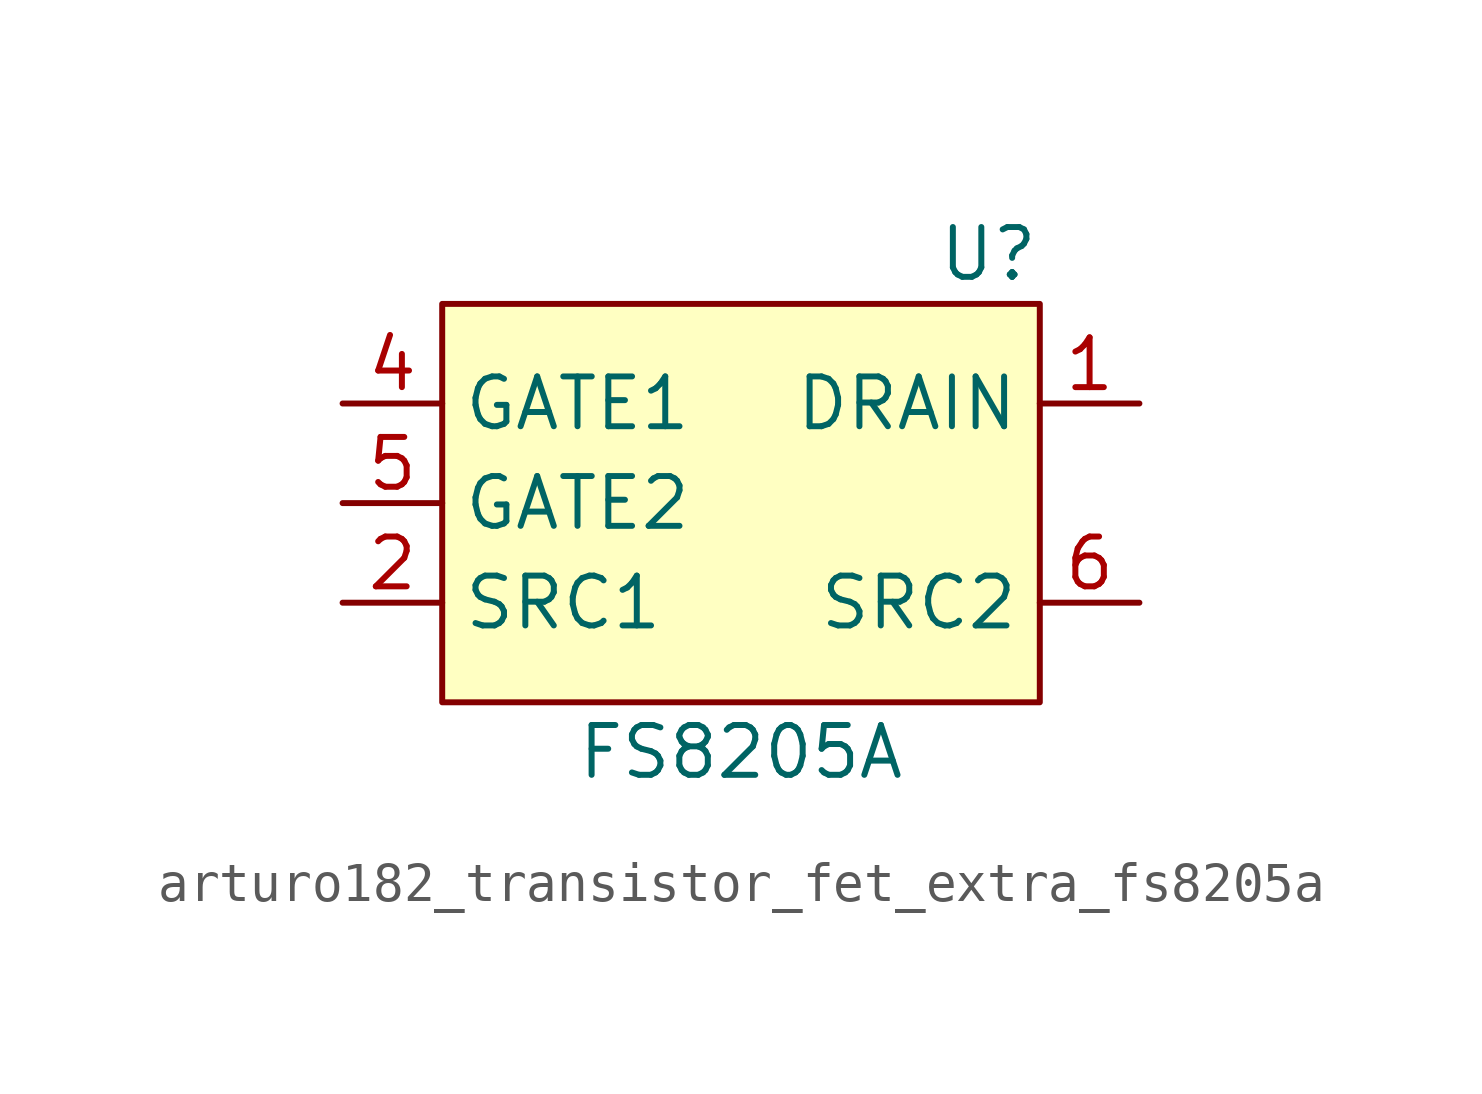
<source format=kicad_sym>
(kicad_symbol_lib
  (version 20220914)
  (generator kicad_symbol_editor)
  (symbol "Transistor_FET_Extra:arturo182_transistor_fet_extra_fs8205a"
    (property "Reference" "U"
      (at 7.62 6.35 0)
      (effects (font (size 1.27 1.27)) (justify right)))
    (property "Value" "FS8205A"
      (at 0 -6.35 0)
      (effects (font (size 1.27 1.27))))
    (symbol "arturo182_transistor_fet_extra_fs8205a_0_1"
      (rectangle (start -7.62 5.08) (end 7.62 -5.08) (stroke (width 0)) (fill (type background))))
    (symbol "arturo182_transistor_fet_extra_fs8205a_1_1"
      (pin output line (at 10.16 2.54 180) (length 2.54) (name "DRAIN" (effects (font (size 1.27 1.27)))) (number "1" (effects (font (size 1.27 1.27)))))
      (pin input line (at -10.16 -2.54 0) (length 2.54) (name "SRC1" (effects (font (size 1.27 1.27)))) (number "2" (effects (font (size 1.27 1.27)))))
      (pin passive line (at -10.16 -2.54 0) (length 2.54) hide (name "SRC1" (effects (font (size 1.27 1.27)))) (number "3" (effects (font (size 1.27 1.27)))))
      (pin input line (at -10.16 2.54 0) (length 2.54) (name "GATE1" (effects (font (size 1.27 1.27)))) (number "4" (effects (font (size 1.27 1.27)))))
      (pin input line (at -10.16 0 0) (length 2.54) (name "GATE2" (effects (font (size 1.27 1.27)))) (number "5" (effects (font (size 1.27 1.27)))))
      (pin input line (at 10.16 -2.54 180) (length 2.54) (name "SRC2" (effects (font (size 1.27 1.27)))) (number "6" (effects (font (size 1.27 1.27)))))
      (pin passive line (at 10.16 -2.54 180) (length 2.54) hide (name "SRC2" (effects (font (size 1.27 1.27)))) (number "7" (effects (font (size 1.27 1.27)))))
      (pin passive line (at 10.16 2.54 180) (length 2.54) hide (name "DRAIN" (effects (font (size 1.27 1.27)))) (number "8" (effects (font (size 1.27 1.27))))))))
</source>
